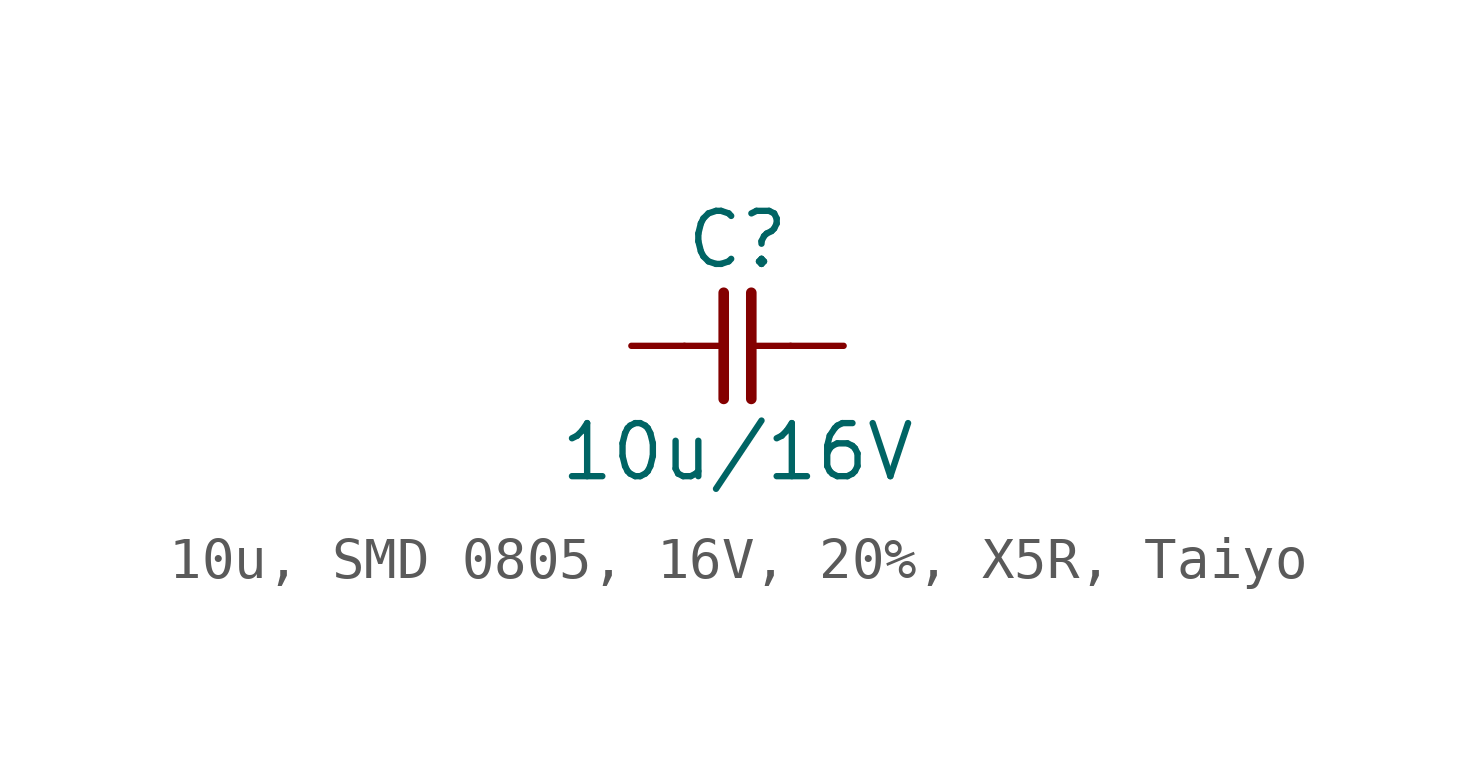
<source format=kicad_sym>
(kicad_symbol_lib
  (version 20241209)
  (generator "kicad_symbol_editor")
  (generator_version "9.0")
  (symbol "10u, SMD 0805, 16V, 20%, X5R, Taiyo"
    (pin_numbers
      (hide yes))
    (pin_names
      (offset 0)
      (hide yes))
    (property "Reference" "C"
      (at 0 2.54 0)
      (effects (font (size 1.27 1.27))))
    (property "Value" "10u/16V"
      (at 0 -2.54 0)
      (effects (font (size 1.27 1.27))))
    (symbol "10u, SMD 0805, 16V, 20%, X5R, Taiyo_0_1"
      (polyline (pts (xy -0.33 1.27) (xy -0.33 -1.27)) (stroke (width 0.254) (type default)) (fill (type none)))
      (polyline (pts (xy -0.318 0) (xy -1.27 0)) (stroke (width 0) (type default)) (fill (type none)))
      (polyline (pts (xy 0.33 1.27) (xy 0.33 -1.27)) (stroke (width 0.254) (type default)) (fill (type none)))
      (polyline (pts (xy 1.27 0) (xy 0.318 0)) (stroke (width 0) (type default)) (fill (type none))))
    (symbol "10u, SMD 0805, 16V, 20%, X5R, Taiyo_1_1"
      (pin passive line (at -2.54 0 0) (length 1.27) (name "1" (effects (font (size 1.27 1.27)))) (number "1" (effects (font (size 1.27 1.27)))))
      (pin passive line (at 2.54 0 180) (length 1.27) (name "2" (effects (font (size 1.27 1.27)))) (number "2" (effects (font (size 1.27 1.27))))))))
</source>
